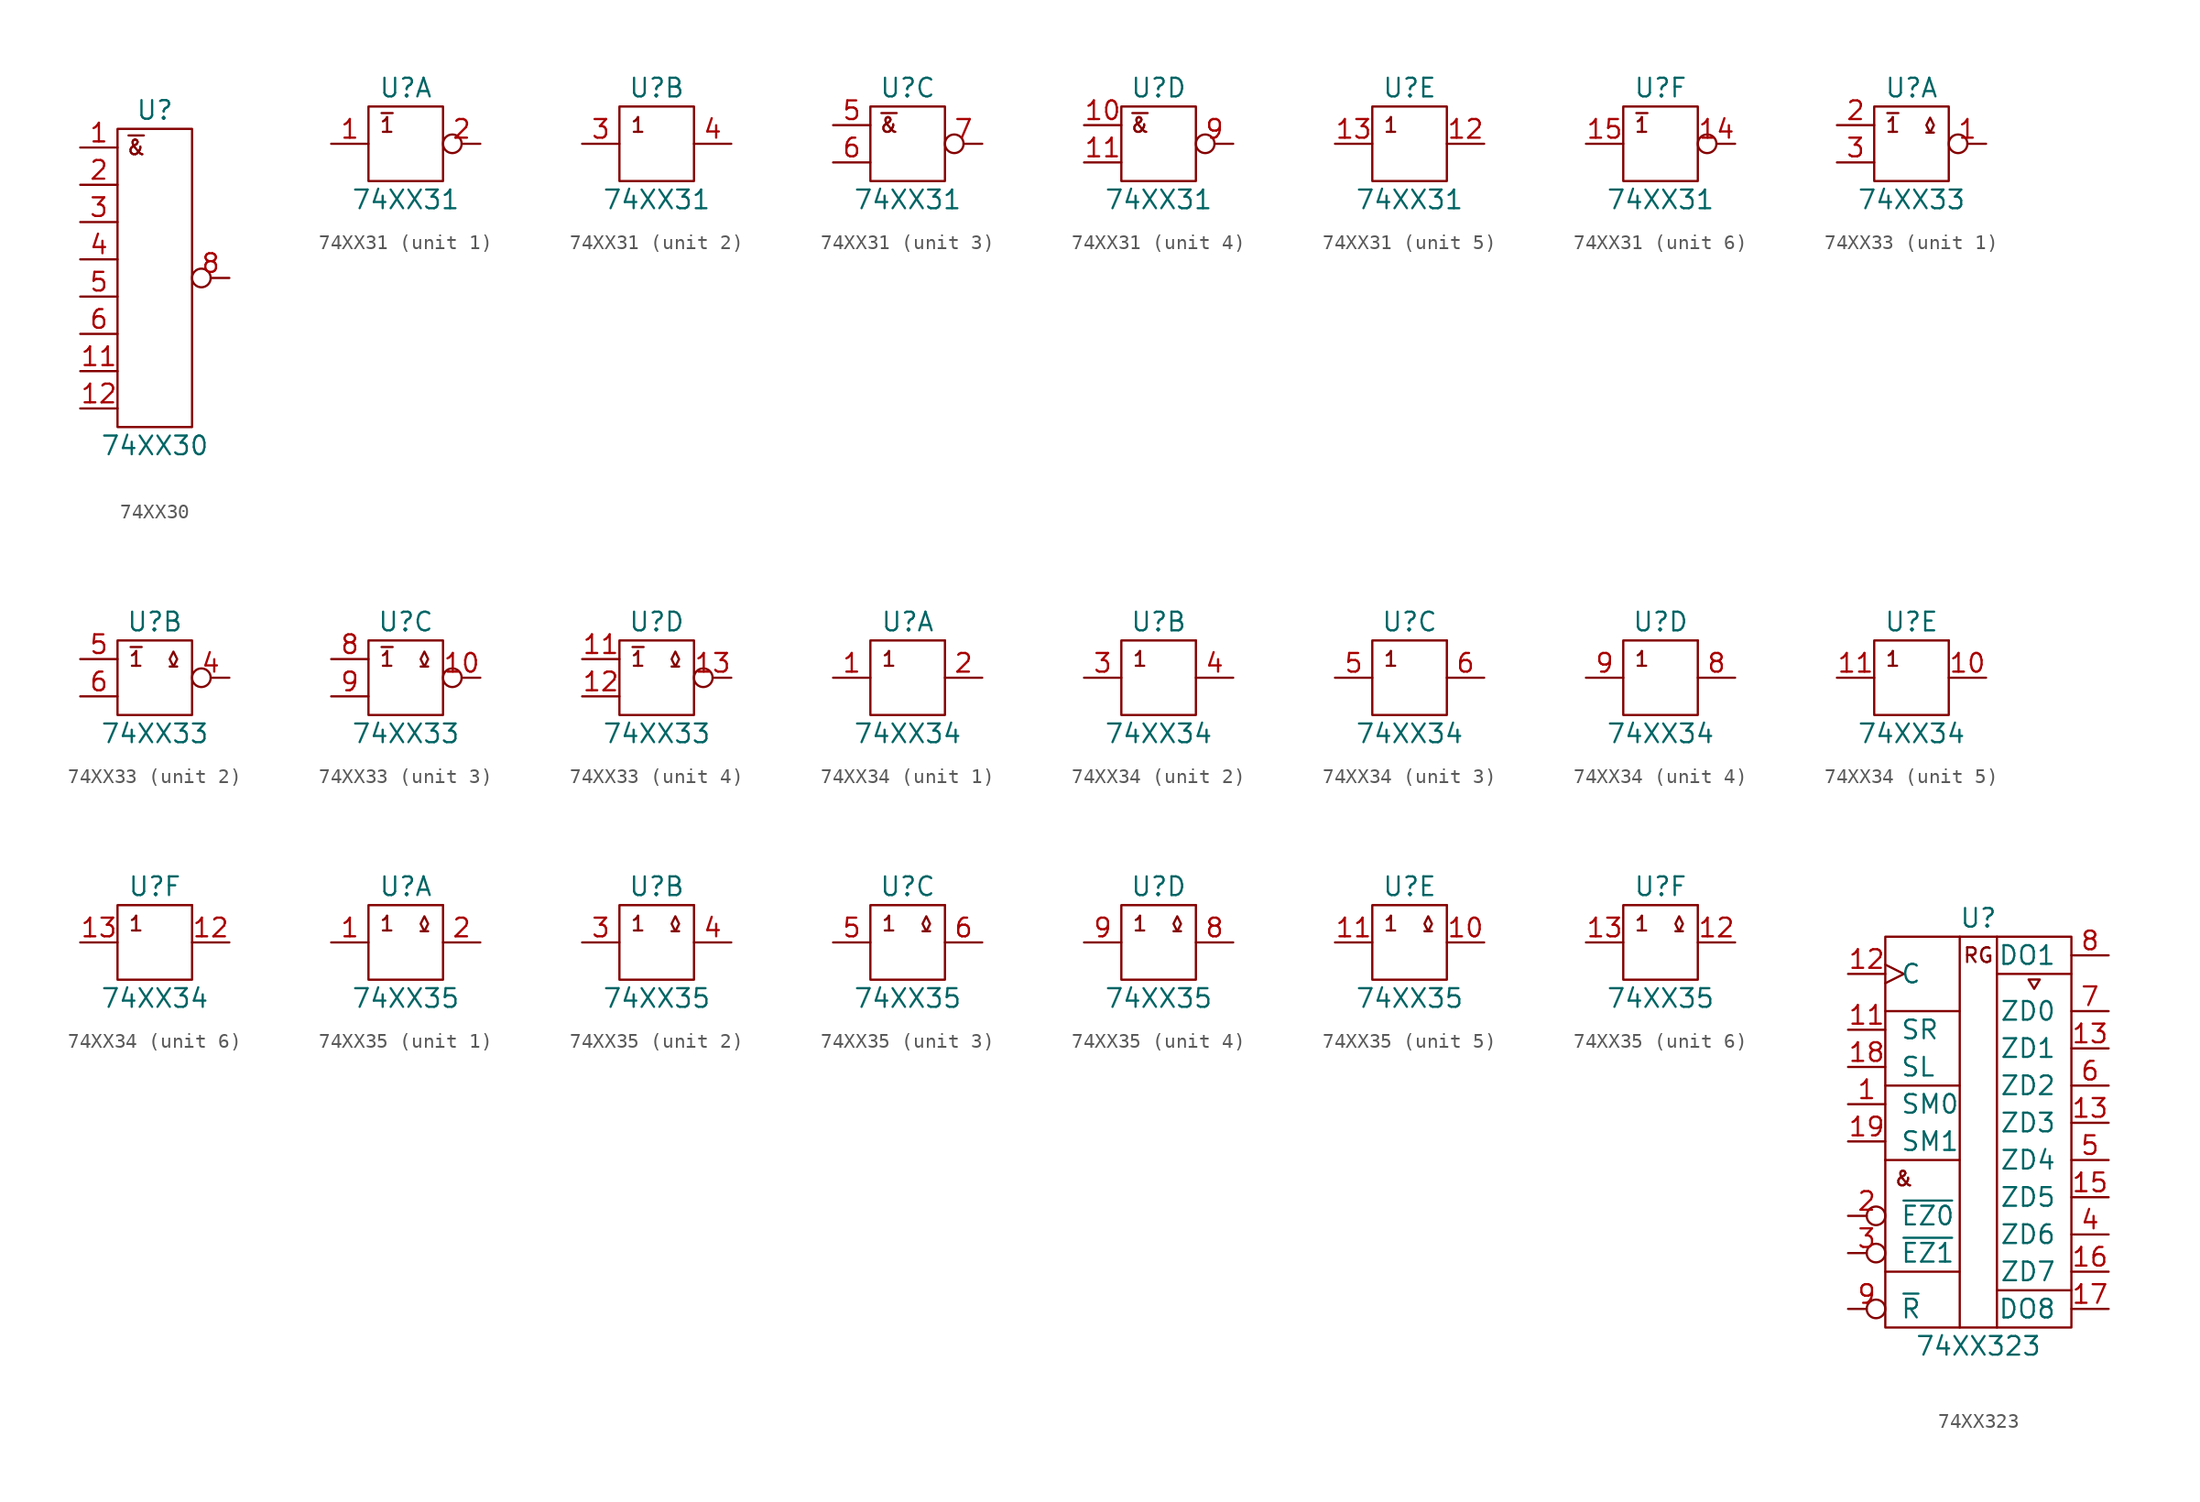
<source format=kicad_sym>
(kicad_symbol_lib
  (version 20211014)
  (generator kicad_symbol_editor)
  (symbol "74XX30"
    (pin_names
      (offset 1.016) hide)
    (property "Reference" "U"
      (at 0 11.43 0)
      (effects (font (size 1.27 1.27))))
    (property "Value" "74XX30"
      (at 0 -11.43 0)
      (effects (font (size 1.27 1.27))))
    (symbol "74XX30_0_0"
      (rectangle (start -2.54 -10.16) (end 2.54 10.16) (stroke (width 0) (type default) (color 0 0 0 0)) (fill (type none)))
      (text "~{&}" (at -1.27 8.89 0) (effects (font (size 1 1)))))
    (symbol "74XX30_0_1"
      (pin power_in line (at 2.54 10.16 180) (length 0) hide (name "VCC" (effects (font (size 1.27 1.27)))) (number "14" (effects (font (size 1.27 1.27)))))
      (pin power_in line (at 2.54 -10.16 180) (length 0) hide (name "GND" (effects (font (size 1.27 1.27)))) (number "7" (effects (font (size 1.27 1.27))))))
    (symbol "74XX30_1_1"
      (pin input line (at -5.08 8.89 0) (length 2.54) (name "A" (effects (font (size 1.27 1.27)))) (number "1" (effects (font (size 1.27 1.27)))))
      (pin input line (at -5.08 -6.35 0) (length 2.54) (name "G" (effects (font (size 1.27 1.27)))) (number "11" (effects (font (size 1.27 1.27)))))
      (pin input line (at -5.08 -8.89 0) (length 2.54) (name "H" (effects (font (size 1.27 1.27)))) (number "12" (effects (font (size 1.27 1.27)))))
      (pin input line (at -5.08 6.35 0) (length 2.54) (name "B" (effects (font (size 1.27 1.27)))) (number "2" (effects (font (size 1.27 1.27)))))
      (pin input line (at -5.08 3.81 0) (length 2.54) (name "C" (effects (font (size 1.27 1.27)))) (number "3" (effects (font (size 1.27 1.27)))))
      (pin input line (at -5.08 1.27 0) (length 2.54) (name "D" (effects (font (size 1.27 1.27)))) (number "4" (effects (font (size 1.27 1.27)))))
      (pin input line (at -5.08 -1.27 0) (length 2.54) (name "E" (effects (font (size 1.27 1.27)))) (number "5" (effects (font (size 1.27 1.27)))))
      (pin input line (at -5.08 -3.81 0) (length 2.54) (name "F" (effects (font (size 1.27 1.27)))) (number "6" (effects (font (size 1.27 1.27)))))
      (pin output inverted (at 5.08 0 180) (length 2.54) (name "~{Y}" (effects (font (size 1.27 1.27)))) (number "8" (effects (font (size 1.27 1.27)))))))
  (symbol "74XX31"
    (pin_names
      (offset 1.016) hide)
    (property "Reference" "U"
      (at 0 3.81 0)
      (effects (font (size 1.27 1.27))))
    (property "Value" "74XX31"
      (at 0 -3.81 0)
      (effects (font (size 1.27 1.27))))
    (property "ki_locked" ""
      (at 0 0 0)
      (effects (font (size 1.27 1.27))))
    (symbol "74XX31_0_1"
      (pin power_in line (at 2.54 2.54 180) (length 0) hide (name "VCC" (effects (font (size 1.27 1.27)))) (number "16" (effects (font (size 1.27 1.27)))))
      (pin power_in line (at 2.54 -2.54 180) (length 0) hide (name "GND" (effects (font (size 1.27 1.27)))) (number "7" (effects (font (size 1.27 1.27))))))
    (symbol "74XX31_1_0"
      (rectangle (start -2.54 -2.54) (end 2.54 2.54) (stroke (width 0) (type default) (color 0 0 0 0)) (fill (type none))))
    (symbol "74XX31_1_1"
      (text "~{1}" (at -1.27 1.27 0) (effects (font (size 1 1))))
      (pin input line (at -5.08 0 0) (length 2.54) (name "A" (effects (font (size 1.27 1.27)))) (number "1" (effects (font (size 1.27 1.27)))))
      (pin output inverted (at 5.08 0 180) (length 2.54) (name "~{Y}" (effects (font (size 1.27 1.27)))) (number "2" (effects (font (size 1.27 1.27))))))
    (symbol "74XX31_2_1"
      (rectangle (start -2.54 -2.54) (end 2.54 2.54) (stroke (width 0) (type default) (color 0 0 0 0)) (fill (type none)))
      (text "1" (at -1.27 1.27 0) (effects (font (size 1 1))))
      (pin input line (at -5.08 0 0) (length 2.54) (name "A" (effects (font (size 1.27 1.27)))) (number "3" (effects (font (size 1.27 1.27)))))
      (pin output line (at 5.08 0 180) (length 2.54) (name "Y" (effects (font (size 1.27 1.27)))) (number "4" (effects (font (size 1.27 1.27))))))
    (symbol "74XX31_3_1"
      (rectangle (start -2.54 -2.54) (end 2.54 2.54) (stroke (width 0) (type default) (color 0 0 0 0)) (fill (type none)))
      (text "~{&}" (at -1.27 1.27 0) (effects (font (size 1 1))))
      (pin input line (at -5.08 1.27 0) (length 2.54) (name "A" (effects (font (size 1.27 1.27)))) (number "5" (effects (font (size 1.27 1.27)))))
      (pin input line (at -5.08 -1.27 0) (length 2.54) (name "B" (effects (font (size 1.27 1.27)))) (number "6" (effects (font (size 1.27 1.27)))))
      (pin output inverted (at 5.08 0 180) (length 2.54) (name "~{Y}" (effects (font (size 1.27 1.27)))) (number "7" (effects (font (size 1.27 1.27))))))
    (symbol "74XX31_4_1"
      (rectangle (start -2.54 -2.54) (end 2.54 2.54) (stroke (width 0) (type default) (color 0 0 0 0)) (fill (type none)))
      (text "~{&}" (at -1.27 1.27 0) (effects (font (size 1 1))))
      (pin input line (at -5.08 1.27 0) (length 2.54) (name "A" (effects (font (size 1.27 1.27)))) (number "10" (effects (font (size 1.27 1.27)))))
      (pin input line (at -5.08 -1.27 0) (length 2.54) (name "B" (effects (font (size 1.27 1.27)))) (number "11" (effects (font (size 1.27 1.27)))))
      (pin output inverted (at 5.08 0 180) (length 2.54) (name "~{Y}" (effects (font (size 1.27 1.27)))) (number "9" (effects (font (size 1.27 1.27))))))
    (symbol "74XX31_5_1"
      (rectangle (start -2.54 -2.54) (end 2.54 2.54) (stroke (width 0) (type default) (color 0 0 0 0)) (fill (type none)))
      (text "1" (at -1.27 1.27 0) (effects (font (size 1 1))))
      (pin output line (at 5.08 0 180) (length 2.54) (name "Y" (effects (font (size 1.27 1.27)))) (number "12" (effects (font (size 1.27 1.27)))))
      (pin input line (at -5.08 0 0) (length 2.54) (name "A" (effects (font (size 1.27 1.27)))) (number "13" (effects (font (size 1.27 1.27))))))
    (symbol "74XX31_6_1"
      (rectangle (start -2.54 -2.54) (end 2.54 2.54) (stroke (width 0) (type default) (color 0 0 0 0)) (fill (type none)))
      (text "~{1}" (at -1.27 1.27 0) (effects (font (size 1 1))))
      (pin output inverted (at 5.08 0 180) (length 2.54) (name "~{Y}" (effects (font (size 1.27 1.27)))) (number "14" (effects (font (size 1.27 1.27)))))
      (pin input line (at -5.08 0 0) (length 2.54) (name "A" (effects (font (size 1.27 1.27)))) (number "15" (effects (font (size 1.27 1.27)))))))
  (symbol "74XX33"
    (pin_names
      (offset 1.016) hide)
    (property "Reference" "U"
      (at 0 3.81 0)
      (effects (font (size 1.27 1.27))))
    (property "Value" "74XX33"
      (at 0 -3.81 0)
      (effects (font (size 1.27 1.27))))
    (symbol "74XX33_0_0"
      (rectangle (start -2.54 -2.54) (end 2.54 2.54) (stroke (width 0) (type default) (color 0 0 0 0)) (fill (type none)))
      (text "~{1}" (at -1.27 1.27 0) (effects (font (size 1 1)))))
    (symbol "74XX33_0_1"
      (polyline (pts (xy 1.016 0.762) (xy 1.524 0.762)) (stroke (width 0) (type default) (color 0 0 0 0)) (fill (type none)))
      (polyline (pts (xy 1.27 1.778) (xy 1.016 1.27) (xy 1.27 0.762) (xy 1.524 1.27) (xy 1.27 1.778)) (stroke (width 0) (type default) (color 0 0 0 0)) (fill (type none)))
      (pin power_in line (at 2.54 2.54 180) (length 0) hide (name "VCC" (effects (font (size 1.27 1.27)))) (number "14" (effects (font (size 1.27 1.27)))))
      (pin power_in line (at 2.54 -2.54 180) (length 0) hide (name "GND" (effects (font (size 1.27 1.27)))) (number "7" (effects (font (size 1.27 1.27))))))
    (symbol "74XX33_1_1"
      (pin open_collector inverted (at 5.08 0 180) (length 2.54) (name "~{Y}" (effects (font (size 1.27 1.27)))) (number "1" (effects (font (size 1.27 1.27)))))
      (pin input line (at -5.08 1.27 0) (length 2.54) (name "A" (effects (font (size 1.27 1.27)))) (number "2" (effects (font (size 1.27 1.27)))))
      (pin input line (at -5.08 -1.27 0) (length 2.54) (name "B" (effects (font (size 1.27 1.27)))) (number "3" (effects (font (size 1.27 1.27))))))
    (symbol "74XX33_2_1"
      (pin open_collector inverted (at 5.08 0 180) (length 2.54) (name "~{Y}" (effects (font (size 1.27 1.27)))) (number "4" (effects (font (size 1.27 1.27)))))
      (pin input line (at -5.08 1.27 0) (length 2.54) (name "A" (effects (font (size 1.27 1.27)))) (number "5" (effects (font (size 1.27 1.27)))))
      (pin input line (at -5.08 -1.27 0) (length 2.54) (name "B" (effects (font (size 1.27 1.27)))) (number "6" (effects (font (size 1.27 1.27))))))
    (symbol "74XX33_3_1"
      (pin open_collector inverted (at 5.08 0 180) (length 2.54) (name "~{Y}" (effects (font (size 1.27 1.27)))) (number "10" (effects (font (size 1.27 1.27)))))
      (pin input line (at -5.08 1.27 0) (length 2.54) (name "A" (effects (font (size 1.27 1.27)))) (number "8" (effects (font (size 1.27 1.27)))))
      (pin input line (at -5.08 -1.27 0) (length 2.54) (name "B" (effects (font (size 1.27 1.27)))) (number "9" (effects (font (size 1.27 1.27))))))
    (symbol "74XX33_4_1"
      (pin input line (at -5.08 1.27 0) (length 2.54) (name "A" (effects (font (size 1.27 1.27)))) (number "11" (effects (font (size 1.27 1.27)))))
      (pin input line (at -5.08 -1.27 0) (length 2.54) (name "B" (effects (font (size 1.27 1.27)))) (number "12" (effects (font (size 1.27 1.27)))))
      (pin open_collector inverted (at 5.08 0 180) (length 2.54) (name "~{Y}" (effects (font (size 1.27 1.27)))) (number "13" (effects (font (size 1.27 1.27)))))))
  (symbol "74XX34"
    (pin_names
      (offset 1.016) hide)
    (property "Reference" "U"
      (at 0 3.81 0)
      (effects (font (size 1.27 1.27))))
    (property "Value" "74XX34"
      (at 0 -3.81 0)
      (effects (font (size 1.27 1.27))))
    (symbol "74XX34_0_0"
      (rectangle (start -2.54 -2.54) (end 2.54 2.54) (stroke (width 0) (type default) (color 0 0 0 0)) (fill (type none)))
      (rectangle (start 2.54 2.54) (end 2.54 2.54) (stroke (width 0) (type default) (color 0 0 0 0)) (fill (type none)))
      (text "1" (at -1.27 1.27 0) (effects (font (size 1 1)))))
    (symbol "74XX34_0_1"
      (pin power_in line (at 2.54 2.54 180) (length 0) hide (name "VCC" (effects (font (size 1.27 1.27)))) (number "14" (effects (font (size 1.27 1.27)))))
      (pin power_in line (at 2.54 -2.54 180) (length 0) hide (name "GND" (effects (font (size 1.27 1.27)))) (number "7" (effects (font (size 1.27 1.27))))))
    (symbol "74XX34_1_1"
      (pin input line (at -5.08 0 0) (length 2.54) (name "A" (effects (font (size 1.27 1.27)))) (number "1" (effects (font (size 1.27 1.27)))))
      (pin output line (at 5.08 0 180) (length 2.54) (name "Y" (effects (font (size 1.27 1.27)))) (number "2" (effects (font (size 1.27 1.27))))))
    (symbol "74XX34_2_1"
      (pin input line (at -5.08 0 0) (length 2.54) (name "A" (effects (font (size 1.27 1.27)))) (number "3" (effects (font (size 1.27 1.27)))))
      (pin output line (at 5.08 0 180) (length 2.54) (name "Y" (effects (font (size 1.27 1.27)))) (number "4" (effects (font (size 1.27 1.27))))))
    (symbol "74XX34_3_1"
      (pin input line (at -5.08 0 0) (length 2.54) (name "A" (effects (font (size 1.27 1.27)))) (number "5" (effects (font (size 1.27 1.27)))))
      (pin output line (at 5.08 0 180) (length 2.54) (name "Y" (effects (font (size 1.27 1.27)))) (number "6" (effects (font (size 1.27 1.27))))))
    (symbol "74XX34_4_1"
      (pin output line (at 5.08 0 180) (length 2.54) (name "Y" (effects (font (size 1.27 1.27)))) (number "8" (effects (font (size 1.27 1.27)))))
      (pin input line (at -5.08 0 0) (length 2.54) (name "A" (effects (font (size 1.27 1.27)))) (number "9" (effects (font (size 1.27 1.27))))))
    (symbol "74XX34_5_1"
      (pin output line (at 5.08 0 180) (length 2.54) (name "Y" (effects (font (size 1.27 1.27)))) (number "10" (effects (font (size 1.27 1.27)))))
      (pin input line (at -5.08 0 0) (length 2.54) (name "A" (effects (font (size 1.27 1.27)))) (number "11" (effects (font (size 1.27 1.27))))))
    (symbol "74XX34_6_1"
      (pin output line (at 5.08 0 180) (length 2.54) (name "Y" (effects (font (size 1.27 1.27)))) (number "12" (effects (font (size 1.27 1.27)))))
      (pin input line (at -5.08 0 0) (length 2.54) (name "A" (effects (font (size 1.27 1.27)))) (number "13" (effects (font (size 1.27 1.27)))))))
  (symbol "74XX35"
    (pin_names
      (offset 1.016) hide)
    (property "Reference" "U"
      (at 0 3.81 0)
      (effects (font (size 1.27 1.27))))
    (property "Value" "74XX35"
      (at 0 -3.81 0)
      (effects (font (size 1.27 1.27))))
    (symbol "74XX35_0_0"
      (rectangle (start -2.54 -2.54) (end 2.54 2.54) (stroke (width 0) (type default) (color 0 0 0 0)) (fill (type none)))
      (rectangle (start 2.54 2.54) (end 2.54 2.54) (stroke (width 0) (type default) (color 0 0 0 0)) (fill (type none)))
      (text "1" (at -1.27 1.27 0) (effects (font (size 1 1)))))
    (symbol "74XX35_0_1"
      (polyline (pts (xy 1.016 0.762) (xy 1.524 0.762)) (stroke (width 0) (type default) (color 0 0 0 0)) (fill (type none)))
      (polyline (pts (xy 1.27 1.778) (xy 1.016 1.27) (xy 1.27 0.762) (xy 1.524 1.27) (xy 1.27 1.778)) (stroke (width 0) (type default) (color 0 0 0 0)) (fill (type none)))
      (pin power_in line (at 2.54 2.54 180) (length 0) hide (name "VCC" (effects (font (size 1.27 1.27)))) (number "14" (effects (font (size 1.27 1.27)))))
      (pin power_in line (at 2.54 -2.54 180) (length 0) hide (name "GND" (effects (font (size 1.27 1.27)))) (number "7" (effects (font (size 1.27 1.27))))))
    (symbol "74XX35_1_1"
      (pin input line (at -5.08 0 0) (length 2.54) (name "A" (effects (font (size 1.27 1.27)))) (number "1" (effects (font (size 1.27 1.27)))))
      (pin open_collector line (at 5.08 0 180) (length 2.54) (name "Y" (effects (font (size 1.27 1.27)))) (number "2" (effects (font (size 1.27 1.27))))))
    (symbol "74XX35_2_1"
      (pin input line (at -5.08 0 0) (length 2.54) (name "A" (effects (font (size 1.27 1.27)))) (number "3" (effects (font (size 1.27 1.27)))))
      (pin open_collector line (at 5.08 0 180) (length 2.54) (name "Y" (effects (font (size 1.27 1.27)))) (number "4" (effects (font (size 1.27 1.27))))))
    (symbol "74XX35_3_1"
      (pin input line (at -5.08 0 0) (length 2.54) (name "A" (effects (font (size 1.27 1.27)))) (number "5" (effects (font (size 1.27 1.27)))))
      (pin open_collector line (at 5.08 0 180) (length 2.54) (name "Y" (effects (font (size 1.27 1.27)))) (number "6" (effects (font (size 1.27 1.27))))))
    (symbol "74XX35_4_1"
      (pin open_collector line (at 5.08 0 180) (length 2.54) (name "Y" (effects (font (size 1.27 1.27)))) (number "8" (effects (font (size 1.27 1.27)))))
      (pin input line (at -5.08 0 0) (length 2.54) (name "A" (effects (font (size 1.27 1.27)))) (number "9" (effects (font (size 1.27 1.27))))))
    (symbol "74XX35_5_1"
      (pin open_collector line (at 5.08 0 180) (length 2.54) (name "Y" (effects (font (size 1.27 1.27)))) (number "10" (effects (font (size 1.27 1.27)))))
      (pin input line (at -5.08 0 0) (length 2.54) (name "A" (effects (font (size 1.27 1.27)))) (number "11" (effects (font (size 1.27 1.27))))))
    (symbol "74XX35_6_1"
      (pin open_collector line (at 5.08 0 180) (length 2.54) (name "Y" (effects (font (size 1.27 1.27)))) (number "12" (effects (font (size 1.27 1.27)))))
      (pin input line (at -5.08 0 0) (length 2.54) (name "A" (effects (font (size 1.27 1.27)))) (number "13" (effects (font (size 1.27 1.27)))))))
  (symbol "74XX323"
    (pin_names
      (offset 1.016))
    (property "Reference" "U"
      (at 0 15.24 0)
      (effects (font (size 1.27 1.27))))
    (property "Value" "74XX323"
      (at 0 -13.97 0)
      (effects (font (size 1.27 1.27))))
    (symbol "74XX323_0_0"
      (text "&" (at -5.08 -2.54 0) (effects (font (size 1 1)))))
    (symbol "74XX323_0_1"
      (polyline (pts (xy -6.35 -8.89) (xy -1.27 -8.89)) (stroke (width 0) (type default) (color 0 0 0 0)) (fill (type none)))
      (polyline (pts (xy -6.35 -1.27) (xy -6.35 -1.27)) (stroke (width 0) (type default) (color 0 0 0 0)) (fill (type none)))
      (polyline (pts (xy -6.35 -1.27) (xy -1.27 -1.27)) (stroke (width 0) (type default) (color 0 0 0 0)) (fill (type none)))
      (polyline (pts (xy -6.35 3.81) (xy -1.27 3.81)) (stroke (width 0) (type default) (color 0 0 0 0)) (fill (type none)))
      (polyline (pts (xy -6.35 8.89) (xy -1.27 8.89)) (stroke (width 0) (type default) (color 0 0 0 0)) (fill (type none)))
      (polyline (pts (xy -1.27 13.97) (xy -1.27 -12.7)) (stroke (width 0) (type default) (color 0 0 0 0)) (fill (type none)))
      (polyline (pts (xy 1.27 -10.16) (xy 6.35 -10.16)) (stroke (width 0) (type default) (color 0 0 0 0)) (fill (type none)))
      (polyline (pts (xy 1.27 11.43) (xy 6.35 11.43)) (stroke (width 0) (type default) (color 0 0 0 0)) (fill (type none)))
      (polyline (pts (xy 1.27 13.97) (xy 1.27 -12.7)) (stroke (width 0) (type default) (color 0 0 0 0)) (fill (type none)))
      (polyline (pts (xy 3.81 10.414) (xy 3.429 11.049) (xy 4.191 11.049) (xy 3.81 10.414)) (stroke (width 0) (type default) (color 0 0 0 0)) (fill (type none))))
    (symbol "74XX323_1_1"
      (rectangle (start -6.35 13.97) (end 6.35 -12.7) (stroke (width 0) (type default) (color 0 0 0 0)) (fill (type none)))
      (text "RG" (at 0 12.7 0) (effects (font (size 1 1))))
      (pin input line (at -8.89 2.54 0) (length 2.54) (name "SM0" (effects (font (size 1.27 1.27)))) (number "1" (effects (font (size 1.27 1.27)))))
      (pin power_in line (at 6.35 -12.7 180) (length 0) hide (name "GND" (effects (font (size 1.27 1.27)))) (number "10" (effects (font (size 1.27 1.27)))))
      (pin input line (at -8.89 7.62 0) (length 2.54) (name "SR" (effects (font (size 1.27 1.27)))) (number "11" (effects (font (size 1.27 1.27)))))
      (pin input clock (at -8.89 11.43 0) (length 2.54) (name "C" (effects (font (size 1.27 1.27)))) (number "12" (effects (font (size 1.27 1.27)))))
      (pin bidirectional line (at 8.89 6.35 180) (length 2.54) (name "ZD1" (effects (font (size 1.27 1.27)))) (number "13" (effects (font (size 1.27 1.27)))))
      (pin bidirectional line (at 8.89 1.27 180) (length 2.54) (name "ZD3" (effects (font (size 1.27 1.27)))) (number "13" (effects (font (size 1.27 1.27)))))
      (pin bidirectional line (at 8.89 -3.81 180) (length 2.54) (name "ZD5" (effects (font (size 1.27 1.27)))) (number "15" (effects (font (size 1.27 1.27)))))
      (pin bidirectional line (at 8.89 -8.89 180) (length 2.54) (name "ZD7" (effects (font (size 1.27 1.27)))) (number "16" (effects (font (size 1.27 1.27)))))
      (pin output line (at 8.89 -11.43 180) (length 2.54) (name "DO8" (effects (font (size 1.27 1.27)))) (number "17" (effects (font (size 1.27 1.27)))))
      (pin input line (at -8.89 5.08 0) (length 2.54) (name "SL" (effects (font (size 1.27 1.27)))) (number "18" (effects (font (size 1.27 1.27)))))
      (pin input line (at -8.89 0 0) (length 2.54) (name "SM1" (effects (font (size 1.27 1.27)))) (number "19" (effects (font (size 1.27 1.27)))))
      (pin input inverted (at -8.89 -5.08 0) (length 2.54) (name "~{EZ0}" (effects (font (size 1.27 1.27)))) (number "2" (effects (font (size 1.27 1.27)))))
      (pin power_in line (at 6.35 13.97 180) (length 0) hide (name "VCC" (effects (font (size 1.27 1.27)))) (number "20" (effects (font (size 1.27 1.27)))))
      (pin input inverted (at -8.89 -7.62 0) (length 2.54) (name "~{EZ1}" (effects (font (size 1.27 1.27)))) (number "3" (effects (font (size 1.27 1.27)))))
      (pin bidirectional line (at 8.89 -6.35 180) (length 2.54) (name "ZD6" (effects (font (size 1.27 1.27)))) (number "4" (effects (font (size 1.27 1.27)))))
      (pin bidirectional line (at 8.89 -1.27 180) (length 2.54) (name "ZD4" (effects (font (size 1.27 1.27)))) (number "5" (effects (font (size 1.27 1.27)))))
      (pin bidirectional line (at 8.89 3.81 180) (length 2.54) (name "ZD2" (effects (font (size 1.27 1.27)))) (number "6" (effects (font (size 1.27 1.27)))))
      (pin bidirectional line (at 8.89 8.89 180) (length 2.54) (name "ZD0" (effects (font (size 1.27 1.27)))) (number "7" (effects (font (size 1.27 1.27)))))
      (pin output line (at 8.89 12.7 180) (length 2.54) (name "DO1" (effects (font (size 1.27 1.27)))) (number "8" (effects (font (size 1.27 1.27)))))
      (pin input inverted (at -8.89 -11.43 0) (length 2.54) (name "~{R}" (effects (font (size 1.27 1.27)))) (number "9" (effects (font (size 1.27 1.27))))))))
</source>
